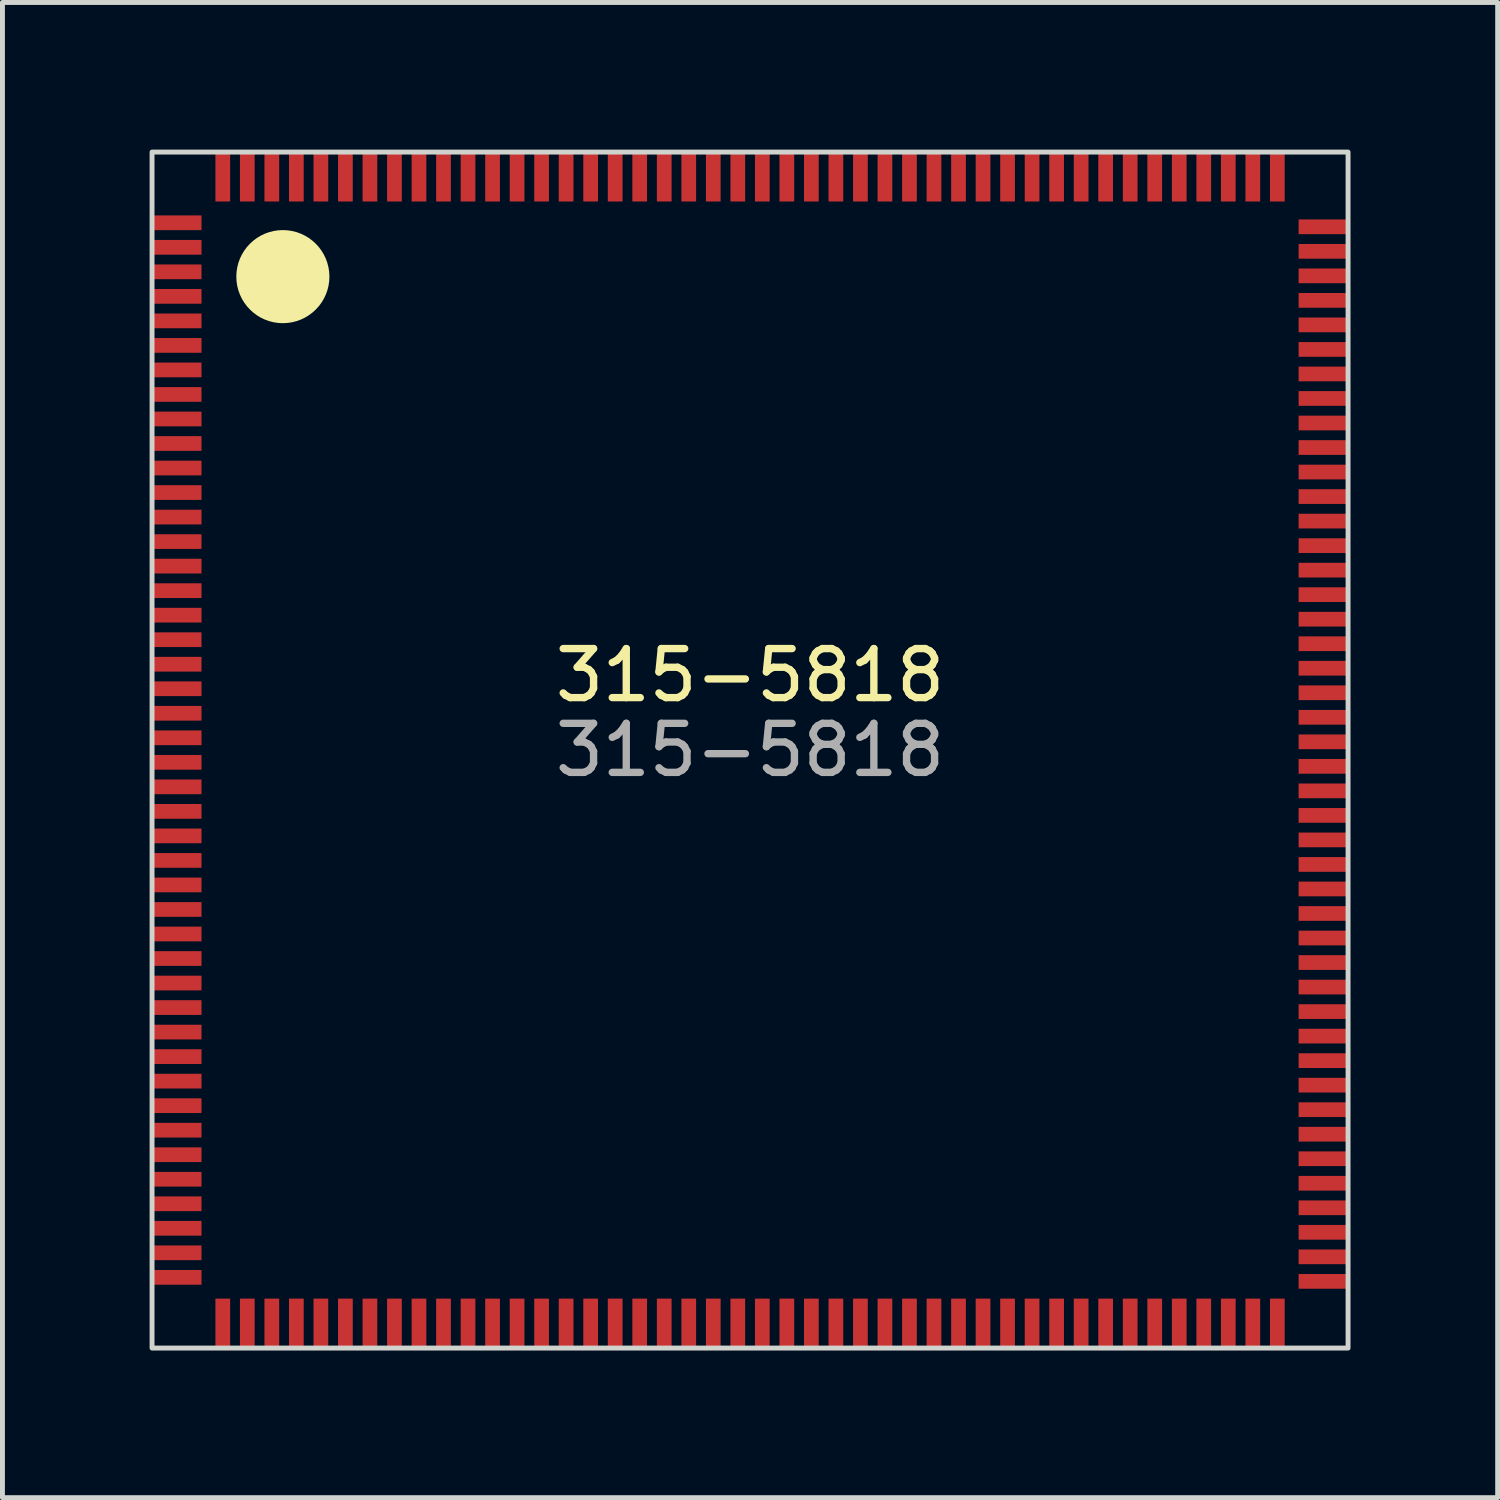
<source format=kicad_pcb>
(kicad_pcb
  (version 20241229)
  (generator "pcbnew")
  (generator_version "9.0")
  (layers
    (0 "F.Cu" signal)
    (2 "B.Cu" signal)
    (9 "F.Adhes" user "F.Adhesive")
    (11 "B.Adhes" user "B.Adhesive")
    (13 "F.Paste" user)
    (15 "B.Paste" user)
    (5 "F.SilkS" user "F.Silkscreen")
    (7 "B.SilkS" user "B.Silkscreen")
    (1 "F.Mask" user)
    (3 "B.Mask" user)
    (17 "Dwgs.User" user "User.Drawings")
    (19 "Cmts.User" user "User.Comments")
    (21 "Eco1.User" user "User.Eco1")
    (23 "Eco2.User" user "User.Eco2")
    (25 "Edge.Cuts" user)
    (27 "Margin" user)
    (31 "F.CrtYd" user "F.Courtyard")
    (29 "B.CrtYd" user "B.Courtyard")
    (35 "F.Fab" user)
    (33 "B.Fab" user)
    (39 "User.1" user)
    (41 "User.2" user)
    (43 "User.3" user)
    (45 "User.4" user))
  (footprint "315-5818"
    (layer "F.Cu")
    (at 12.242 12.242)
    (property "Reference" "315-5818" (at 0 -1.524 0) (layer "F.SilkS") (effects (font (size 1 1) (thickness 0.15))))
    (attr smd)
    (fp_circle (center -9.525 -9.652) (end -8.636 -9.652) (stroke (width 0.12) (type solid)) (fill yes) (layer "F.SilkS"))
    (fp_rect (start -12.192 -12.192) (end 12.192 12.192) (stroke (width 0.1) (type default)) (fill no) (layer "Edge.Cuts"))
    (fp_text user "${REFERENCE}" (at 0 0 0) (layer "F.Fab") (effects (font (size 1 1) (thickness 0.15))))
    (pad "1" smd rect (at -11.684 -10.75) (size 1 0.3) (layers "F.Cu" "F.Mask" "F.Paste"))
    (pad "2" smd rect (at -11.684 -10.25) (size 1 0.3) (layers "F.Cu" "F.Mask" "F.Paste"))
    (pad "3" smd rect (at -11.684 -9.75) (size 1 0.3) (layers "F.Cu" "F.Mask" "F.Paste"))
    (pad "4" smd rect (at -11.684 -9.25) (size 1 0.3) (layers "F.Cu" "F.Mask" "F.Paste"))
    (pad "5" smd rect (at -11.684 -8.75) (size 1 0.3) (layers "F.Cu" "F.Mask" "F.Paste"))
    (pad "6" smd rect (at -11.684 -8.25) (size 1 0.3) (layers "F.Cu" "F.Mask" "F.Paste"))
    (pad "7" smd rect (at -11.684 -7.75) (size 1 0.3) (layers "F.Cu" "F.Mask" "F.Paste"))
    (pad "8" smd rect (at -11.684 -7.25) (size 1 0.3) (layers "F.Cu" "F.Mask" "F.Paste"))
    (pad "9" smd rect (at -11.684 -6.75) (size 1 0.3) (layers "F.Cu" "F.Mask" "F.Paste"))
    (pad "10" smd rect (at -11.684 -6.25) (size 1 0.3) (layers "F.Cu" "F.Mask" "F.Paste"))
    (pad "11" smd rect (at -11.684 -5.75) (size 1 0.3) (layers "F.Cu" "F.Mask" "F.Paste"))
    (pad "12" smd rect (at -11.684 -5.25) (size 1 0.3) (layers "F.Cu" "F.Mask" "F.Paste"))
    (pad "13" smd rect (at -11.684 -4.75) (size 1 0.3) (layers "F.Cu" "F.Mask" "F.Paste"))
    (pad "14" smd rect (at -11.684 -4.25) (size 1 0.3) (layers "F.Cu" "F.Mask" "F.Paste"))
    (pad "15" smd rect (at -11.684 -3.75) (size 1 0.3) (layers "F.Cu" "F.Mask" "F.Paste"))
    (pad "16" smd rect (at -11.684 -3.25) (size 1 0.3) (layers "F.Cu" "F.Mask" "F.Paste"))
    (pad "17" smd rect (at -11.684 -2.75) (size 1 0.3) (layers "F.Cu" "F.Mask" "F.Paste"))
    (pad "18" smd rect (at -11.684 -2.25) (size 1 0.3) (layers "F.Cu" "F.Mask" "F.Paste"))
    (pad "19" smd rect (at -11.684 -1.75) (size 1 0.3) (layers "F.Cu" "F.Mask" "F.Paste"))
    (pad "20" smd rect (at -11.684 -1.25) (size 1 0.3) (layers "F.Cu" "F.Mask" "F.Paste"))
    (pad "21" smd rect (at -11.684 -0.75) (size 1 0.3) (layers "F.Cu" "F.Mask" "F.Paste"))
    (pad "22" smd rect (at -11.684 -0.25) (size 1 0.3) (layers "F.Cu" "F.Mask" "F.Paste"))
    (pad "23" smd rect (at -11.684 0.25) (size 1 0.3) (layers "F.Cu" "F.Mask" "F.Paste"))
    (pad "24" smd rect (at -11.684 0.75) (size 1 0.3) (layers "F.Cu" "F.Mask" "F.Paste"))
    (pad "25" smd rect (at -11.684 1.25) (size 1 0.3) (layers "F.Cu" "F.Mask" "F.Paste"))
    (pad "26" smd rect (at -11.684 1.75) (size 1 0.3) (layers "F.Cu" "F.Mask" "F.Paste"))
    (pad "27" smd rect (at -11.684 2.25) (size 1 0.3) (layers "F.Cu" "F.Mask" "F.Paste"))
    (pad "28" smd rect (at -11.684 2.75) (size 1 0.3) (layers "F.Cu" "F.Mask" "F.Paste"))
    (pad "29" smd rect (at -11.684 3.25) (size 1 0.3) (layers "F.Cu" "F.Mask" "F.Paste"))
    (pad "30" smd rect (at -11.684 3.75) (size 1 0.3) (layers "F.Cu" "F.Mask" "F.Paste"))
    (pad "31" smd rect (at -11.684 4.25) (size 1 0.3) (layers "F.Cu" "F.Mask" "F.Paste"))
    (pad "32" smd rect (at -11.684 4.75) (size 1 0.3) (layers "F.Cu" "F.Mask" "F.Paste"))
    (pad "33" smd rect (at -11.684 5.25) (size 1 0.3) (layers "F.Cu" "F.Mask" "F.Paste"))
    (pad "34" smd rect (at -11.684 5.75) (size 1 0.3) (layers "F.Cu" "F.Mask" "F.Paste"))
    (pad "35" smd rect (at -11.684 6.25) (size 1 0.3) (layers "F.Cu" "F.Mask" "F.Paste"))
    (pad "36" smd rect (at -11.684 6.75) (size 1 0.3) (layers "F.Cu" "F.Mask" "F.Paste"))
    (pad "37" smd rect (at -11.684 7.25) (size 1 0.3) (layers "F.Cu" "F.Mask" "F.Paste"))
    (pad "38" smd rect (at -11.684 7.75) (size 1 0.3) (layers "F.Cu" "F.Mask" "F.Paste"))
    (pad "39" smd rect (at -11.684 8.25) (size 1 0.3) (layers "F.Cu" "F.Mask" "F.Paste"))
    (pad "40" smd rect (at -11.684 8.75) (size 1 0.3) (layers "F.Cu" "F.Mask" "F.Paste"))
    (pad "41" smd rect (at -11.684 9.25) (size 1 0.3) (layers "F.Cu" "F.Mask" "F.Paste"))
    (pad "42" smd rect (at -11.684 9.75) (size 1 0.3) (layers "F.Cu" "F.Mask" "F.Paste"))
    (pad "43" smd rect (at -11.684 10.25) (size 1 0.3) (layers "F.Cu" "F.Mask" "F.Paste"))
    (pad "44" smd rect (at -11.684 10.75) (size 1 0.3) (layers "F.Cu" "F.Mask" "F.Paste"))
    (pad "45" smd rect (at -10.75 11.684) (size 0.3 1) (layers "F.Cu" "F.Mask" "F.Paste"))
    (pad "46" smd rect (at -10.25 11.684) (size 0.3 1) (layers "F.Cu" "F.Mask" "F.Paste"))
    (pad "47" smd rect (at -9.75 11.684) (size 0.3 1) (layers "F.Cu" "F.Mask" "F.Paste"))
    (pad "48" smd rect (at -9.25 11.684) (size 0.3 1) (layers "F.Cu" "F.Mask" "F.Paste"))
    (pad "49" smd rect (at -8.75 11.684) (size 0.3 1) (layers "F.Cu" "F.Mask" "F.Paste"))
    (pad "50" smd rect (at -8.25 11.684) (size 0.3 1) (layers "F.Cu" "F.Mask" "F.Paste"))
    (pad "51" smd rect (at -7.75 11.684) (size 0.3 1) (layers "F.Cu" "F.Mask" "F.Paste"))
    (pad "52" smd rect (at -7.25 11.684) (size 0.3 1) (layers "F.Cu" "F.Mask" "F.Paste"))
    (pad "53" smd rect (at -6.75 11.684) (size 0.3 1) (layers "F.Cu" "F.Mask" "F.Paste"))
    (pad "54" smd rect (at -6.25 11.684) (size 0.3 1) (layers "F.Cu" "F.Mask" "F.Paste"))
    (pad "55" smd rect (at -5.75 11.684) (size 0.3 1) (layers "F.Cu" "F.Mask" "F.Paste"))
    (pad "56" smd rect (at -5.25 11.684) (size 0.3 1) (layers "F.Cu" "F.Mask" "F.Paste"))
    (pad "57" smd rect (at -4.75 11.684) (size 0.3 1) (layers "F.Cu" "F.Mask" "F.Paste"))
    (pad "58" smd rect (at -4.25 11.684) (size 0.3 1) (layers "F.Cu" "F.Mask" "F.Paste"))
    (pad "59" smd rect (at -3.75 11.684) (size 0.3 1) (layers "F.Cu" "F.Mask" "F.Paste"))
    (pad "60" smd rect (at -3.25 11.684) (size 0.3 1) (layers "F.Cu" "F.Mask" "F.Paste"))
    (pad "61" smd rect (at -2.75 11.684) (size 0.3 1) (layers "F.Cu" "F.Mask" "F.Paste"))
    (pad "62" smd rect (at -2.25 11.684) (size 0.3 1) (layers "F.Cu" "F.Mask" "F.Paste"))
    (pad "63" smd rect (at -1.75 11.684) (size 0.3 1) (layers "F.Cu" "F.Mask" "F.Paste"))
    (pad "64" smd rect (at -1.25 11.684) (size 0.3 1) (layers "F.Cu" "F.Mask" "F.Paste"))
    (pad "65" smd rect (at -0.75 11.684) (size 0.3 1) (layers "F.Cu" "F.Mask" "F.Paste"))
    (pad "66" smd rect (at -0.25 11.684) (size 0.3 1) (layers "F.Cu" "F.Mask" "F.Paste"))
    (pad "67" smd rect (at 0.25 11.684) (size 0.3 1) (layers "F.Cu" "F.Mask" "F.Paste"))
    (pad "68" smd rect (at 0.75 11.684) (size 0.3 1) (layers "F.Cu" "F.Mask" "F.Paste"))
    (pad "69" smd rect (at 1.25 11.684) (size 0.3 1) (layers "F.Cu" "F.Mask" "F.Paste"))
    (pad "70" smd rect (at 1.75 11.684) (size 0.3 1) (layers "F.Cu" "F.Mask" "F.Paste"))
    (pad "71" smd rect (at 2.25 11.684) (size 0.3 1) (layers "F.Cu" "F.Mask" "F.Paste"))
    (pad "72" smd rect (at 2.75 11.684) (size 0.3 1) (layers "F.Cu" "F.Mask" "F.Paste"))
    (pad "73" smd rect (at 3.25 11.684) (size 0.3 1) (layers "F.Cu" "F.Mask" "F.Paste"))
    (pad "74" smd rect (at 3.75 11.684) (size 0.3 1) (layers "F.Cu" "F.Mask" "F.Paste"))
    (pad "75" smd rect (at 4.25 11.684) (size 0.3 1) (layers "F.Cu" "F.Mask" "F.Paste"))
    (pad "76" smd rect (at 4.75 11.684) (size 0.3 1) (layers "F.Cu" "F.Mask" "F.Paste"))
    (pad "77" smd rect (at 5.25 11.684) (size 0.3 1) (layers "F.Cu" "F.Mask" "F.Paste"))
    (pad "78" smd rect (at 5.75 11.684) (size 0.3 1) (layers "F.Cu" "F.Mask" "F.Paste"))
    (pad "79" smd rect (at 6.25 11.684) (size 0.3 1) (layers "F.Cu" "F.Mask" "F.Paste"))
    (pad "80" smd rect (at 6.75 11.684) (size 0.3 1) (layers "F.Cu" "F.Mask" "F.Paste"))
    (pad "81" smd rect (at 7.25 11.684) (size 0.3 1) (layers "F.Cu" "F.Mask" "F.Paste"))
    (pad "82" smd rect (at 7.75 11.684) (size 0.3 1) (layers "F.Cu" "F.Mask" "F.Paste"))
    (pad "83" smd rect (at 8.25 11.684) (size 0.3 1) (layers "F.Cu" "F.Mask" "F.Paste"))
    (pad "84" smd rect (at 8.75 11.684) (size 0.3 1) (layers "F.Cu" "F.Mask" "F.Paste"))
    (pad "85" smd rect (at 9.25 11.684) (size 0.3 1) (layers "F.Cu" "F.Mask" "F.Paste"))
    (pad "86" smd rect (at 9.75 11.684) (size 0.3 1) (layers "F.Cu" "F.Mask" "F.Paste"))
    (pad "87" smd rect (at 10.25 11.684) (size 0.3 1) (layers "F.Cu" "F.Mask" "F.Paste"))
    (pad "88" smd rect (at 10.75 11.684) (size 0.3 1) (layers "F.Cu" "F.Mask" "F.Paste"))
    (pad "89" smd rect (at 11.684 10.832) (size 1 0.3) (layers "F.Cu" "F.Mask" "F.Paste"))
    (pad "90" smd rect (at 11.684 10.332) (size 1 0.3) (layers "F.Cu" "F.Mask" "F.Paste"))
    (pad "91" smd rect (at 11.684 9.832) (size 1 0.3) (layers "F.Cu" "F.Mask" "F.Paste"))
    (pad "92" smd rect (at 11.684 9.332) (size 1 0.3) (layers "F.Cu" "F.Mask" "F.Paste"))
    (pad "93" smd rect (at 11.684 8.832) (size 1 0.3) (layers "F.Cu" "F.Mask" "F.Paste"))
    (pad "94" smd rect (at 11.684 8.332) (size 1 0.3) (layers "F.Cu" "F.Mask" "F.Paste"))
    (pad "95" smd rect (at 11.684 7.832) (size 1 0.3) (layers "F.Cu" "F.Mask" "F.Paste"))
    (pad "96" smd rect (at 11.684 7.332) (size 1 0.3) (layers "F.Cu" "F.Mask" "F.Paste"))
    (pad "97" smd rect (at 11.684 6.832) (size 1 0.3) (layers "F.Cu" "F.Mask" "F.Paste"))
    (pad "98" smd rect (at 11.684 6.332) (size 1 0.3) (layers "F.Cu" "F.Mask" "F.Paste"))
    (pad "99" smd rect (at 11.684 5.832) (size 1 0.3) (layers "F.Cu" "F.Mask" "F.Paste"))
    (pad "100" smd rect (at 11.684 5.332) (size 1 0.3) (layers "F.Cu" "F.Mask" "F.Paste"))
    (pad "101" smd rect (at 11.684 4.832) (size 1 0.3) (layers "F.Cu" "F.Mask" "F.Paste"))
    (pad "102" smd rect (at 11.684 4.332) (size 1 0.3) (layers "F.Cu" "F.Mask" "F.Paste"))
    (pad "103" smd rect (at 11.684 3.832) (size 1 0.3) (layers "F.Cu" "F.Mask" "F.Paste"))
    (pad "104" smd rect (at 11.684 3.332) (size 1 0.3) (layers "F.Cu" "F.Mask" "F.Paste"))
    (pad "105" smd rect (at 11.684 2.832) (size 1 0.3) (layers "F.Cu" "F.Mask" "F.Paste"))
    (pad "106" smd rect (at 11.684 2.332) (size 1 0.3) (layers "F.Cu" "F.Mask" "F.Paste"))
    (pad "107" smd rect (at 11.684 1.832) (size 1 0.3) (layers "F.Cu" "F.Mask" "F.Paste"))
    (pad "108" smd rect (at 11.684 1.332) (size 1 0.3) (layers "F.Cu" "F.Mask" "F.Paste"))
    (pad "109" smd rect (at 11.684 0.832) (size 1 0.3) (layers "F.Cu" "F.Mask" "F.Paste"))
    (pad "110" smd rect (at 11.684 0.332) (size 1 0.3) (layers "F.Cu" "F.Mask" "F.Paste"))
    (pad "111" smd rect (at 11.684 -0.168) (size 1 0.3) (layers "F.Cu" "F.Mask" "F.Paste"))
    (pad "112" smd rect (at 11.684 -0.668) (size 1 0.3) (layers "F.Cu" "F.Mask" "F.Paste"))
    (pad "113" smd rect (at 11.684 -1.168) (size 1 0.3) (layers "F.Cu" "F.Mask" "F.Paste"))
    (pad "114" smd rect (at 11.684 -1.668) (size 1 0.3) (layers "F.Cu" "F.Mask" "F.Paste"))
    (pad "115" smd rect (at 11.684 -2.168) (size 1 0.3) (layers "F.Cu" "F.Mask" "F.Paste"))
    (pad "116" smd rect (at 11.684 -2.668) (size 1 0.3) (layers "F.Cu" "F.Mask" "F.Paste"))
    (pad "117" smd rect (at 11.684 -3.168) (size 1 0.3) (layers "F.Cu" "F.Mask" "F.Paste"))
    (pad "118" smd rect (at 11.684 -3.668) (size 1 0.3) (layers "F.Cu" "F.Mask" "F.Paste"))
    (pad "119" smd rect (at 11.684 -4.168) (size 1 0.3) (layers "F.Cu" "F.Mask" "F.Paste"))
    (pad "120" smd rect (at 11.684 -4.668) (size 1 0.3) (layers "F.Cu" "F.Mask" "F.Paste"))
    (pad "121" smd rect (at 11.684 -5.168) (size 1 0.3) (layers "F.Cu" "F.Mask" "F.Paste"))
    (pad "122" smd rect (at 11.684 -5.668) (size 1 0.3) (layers "F.Cu" "F.Mask" "F.Paste"))
    (pad "123" smd rect (at 11.684 -6.168) (size 1 0.3) (layers "F.Cu" "F.Mask" "F.Paste"))
    (pad "124" smd rect (at 11.684 -6.668) (size 1 0.3) (layers "F.Cu" "F.Mask" "F.Paste"))
    (pad "125" smd rect (at 11.684 -7.168) (size 1 0.3) (layers "F.Cu" "F.Mask" "F.Paste"))
    (pad "126" smd rect (at 11.684 -7.668) (size 1 0.3) (layers "F.Cu" "F.Mask" "F.Paste"))
    (pad "127" smd rect (at 11.684 -8.168) (size 1 0.3) (layers "F.Cu" "F.Mask" "F.Paste"))
    (pad "128" smd rect (at 11.684 -8.668) (size 1 0.3) (layers "F.Cu" "F.Mask" "F.Paste"))
    (pad "129" smd rect (at 11.684 -9.168) (size 1 0.3) (layers "F.Cu" "F.Mask" "F.Paste"))
    (pad "130" smd rect (at 11.684 -9.668) (size 1 0.3) (layers "F.Cu" "F.Mask" "F.Paste"))
    (pad "131" smd rect (at 11.684 -10.168) (size 1 0.3) (layers "F.Cu" "F.Mask" "F.Paste"))
    (pad "132" smd rect (at 11.684 -10.668) (size 1 0.3) (layers "F.Cu" "F.Mask" "F.Paste"))
    (pad "133" smd rect (at 10.75 -11.684) (size 0.3 1) (layers "F.Cu" "F.Mask" "F.Paste"))
    (pad "134" smd rect (at 10.25 -11.684) (size 0.3 1) (layers "F.Cu" "F.Mask" "F.Paste"))
    (pad "135" smd rect (at 9.75 -11.684) (size 0.3 1) (layers "F.Cu" "F.Mask" "F.Paste"))
    (pad "136" smd rect (at 9.25 -11.684) (size 0.3 1) (layers "F.Cu" "F.Mask" "F.Paste"))
    (pad "137" smd rect (at 8.75 -11.684) (size 0.3 1) (layers "F.Cu" "F.Mask" "F.Paste"))
    (pad "138" smd rect (at 8.25 -11.684) (size 0.3 1) (layers "F.Cu" "F.Mask" "F.Paste"))
    (pad "139" smd rect (at 7.75 -11.684) (size 0.3 1) (layers "F.Cu" "F.Mask" "F.Paste"))
    (pad "140" smd rect (at 7.25 -11.684) (size 0.3 1) (layers "F.Cu" "F.Mask" "F.Paste"))
    (pad "141" smd rect (at 6.75 -11.684) (size 0.3 1) (layers "F.Cu" "F.Mask" "F.Paste"))
    (pad "142" smd rect (at 6.25 -11.684) (size 0.3 1) (layers "F.Cu" "F.Mask" "F.Paste"))
    (pad "143" smd rect (at 5.75 -11.684) (size 0.3 1) (layers "F.Cu" "F.Mask" "F.Paste"))
    (pad "144" smd rect (at 5.25 -11.684) (size 0.3 1) (layers "F.Cu" "F.Mask" "F.Paste"))
    (pad "145" smd rect (at 4.75 -11.684) (size 0.3 1) (layers "F.Cu" "F.Mask" "F.Paste"))
    (pad "146" smd rect (at 4.25 -11.684) (size 0.3 1) (layers "F.Cu" "F.Mask" "F.Paste"))
    (pad "147" smd rect (at 3.75 -11.684) (size 0.3 1) (layers "F.Cu" "F.Mask" "F.Paste"))
    (pad "148" smd rect (at 3.25 -11.684) (size 0.3 1) (layers "F.Cu" "F.Mask" "F.Paste"))
    (pad "149" smd rect (at 2.75 -11.684) (size 0.3 1) (layers "F.Cu" "F.Mask" "F.Paste"))
    (pad "150" smd rect (at 2.25 -11.684) (size 0.3 1) (layers "F.Cu" "F.Mask" "F.Paste"))
    (pad "151" smd rect (at 1.75 -11.684) (size 0.3 1) (layers "F.Cu" "F.Mask" "F.Paste"))
    (pad "152" smd rect (at 1.25 -11.684) (size 0.3 1) (layers "F.Cu" "F.Mask" "F.Paste"))
    (pad "153" smd rect (at 0.75 -11.684) (size 0.3 1) (layers "F.Cu" "F.Mask" "F.Paste"))
    (pad "154" smd rect (at 0.25 -11.684) (size 0.3 1) (layers "F.Cu" "F.Mask" "F.Paste"))
    (pad "155" smd rect (at -0.25 -11.684) (size 0.3 1) (layers "F.Cu" "F.Mask" "F.Paste"))
    (pad "156" smd rect (at -0.75 -11.684) (size 0.3 1) (layers "F.Cu" "F.Mask" "F.Paste"))
    (pad "157" smd rect (at -1.25 -11.684) (size 0.3 1) (layers "F.Cu" "F.Mask" "F.Paste"))
    (pad "158" smd rect (at -1.75 -11.684) (size 0.3 1) (layers "F.Cu" "F.Mask" "F.Paste"))
    (pad "159" smd rect (at -2.25 -11.684) (size 0.3 1) (layers "F.Cu" "F.Mask" "F.Paste"))
    (pad "160" smd rect (at -2.75 -11.684) (size 0.3 1) (layers "F.Cu" "F.Mask" "F.Paste"))
    (pad "161" smd rect (at -3.25 -11.684) (size 0.3 1) (layers "F.Cu" "F.Mask" "F.Paste"))
    (pad "162" smd rect (at -3.75 -11.684) (size 0.3 1) (layers "F.Cu" "F.Mask" "F.Paste"))
    (pad "163" smd rect (at -4.25 -11.684) (size 0.3 1) (layers "F.Cu" "F.Mask" "F.Paste"))
    (pad "164" smd rect (at -4.75 -11.684) (size 0.3 1) (layers "F.Cu" "F.Mask" "F.Paste"))
    (pad "165" smd rect (at -5.25 -11.684) (size 0.3 1) (layers "F.Cu" "F.Mask" "F.Paste"))
    (pad "166" smd rect (at -5.75 -11.684) (size 0.3 1) (layers "F.Cu" "F.Mask" "F.Paste"))
    (pad "167" smd rect (at -6.25 -11.684) (size 0.3 1) (layers "F.Cu" "F.Mask" "F.Paste"))
    (pad "168" smd rect (at -6.75 -11.684) (size 0.3 1) (layers "F.Cu" "F.Mask" "F.Paste"))
    (pad "169" smd rect (at -7.25 -11.684) (size 0.3 1) (layers "F.Cu" "F.Mask" "F.Paste"))
    (pad "170" smd rect (at -7.75 -11.684) (size 0.3 1) (layers "F.Cu" "F.Mask" "F.Paste"))
    (pad "171" smd rect (at -8.25 -11.684) (size 0.3 1) (layers "F.Cu" "F.Mask" "F.Paste"))
    (pad "172" smd rect (at -8.75 -11.684) (size 0.3 1) (layers "F.Cu" "F.Mask" "F.Paste"))
    (pad "173" smd rect (at -9.25 -11.684) (size 0.3 1) (layers "F.Cu" "F.Mask" "F.Paste"))
    (pad "174" smd rect (at -9.75 -11.684) (size 0.3 1) (layers "F.Cu" "F.Mask" "F.Paste"))
    (pad "175" smd rect (at -10.25 -11.684) (size 0.3 1) (layers "F.Cu" "F.Mask" "F.Paste"))
    (pad "176" smd rect (at -10.75 -11.684) (size 0.3 1) (layers "F.Cu" "F.Mask" "F.Paste")))
  (gr_rect
    (start -3 -3)
    (end 27.484 27.484)
    (stroke (width 0.1) (type default))
    (fill no)
    (layer "Edge.Cuts")))
</source>
